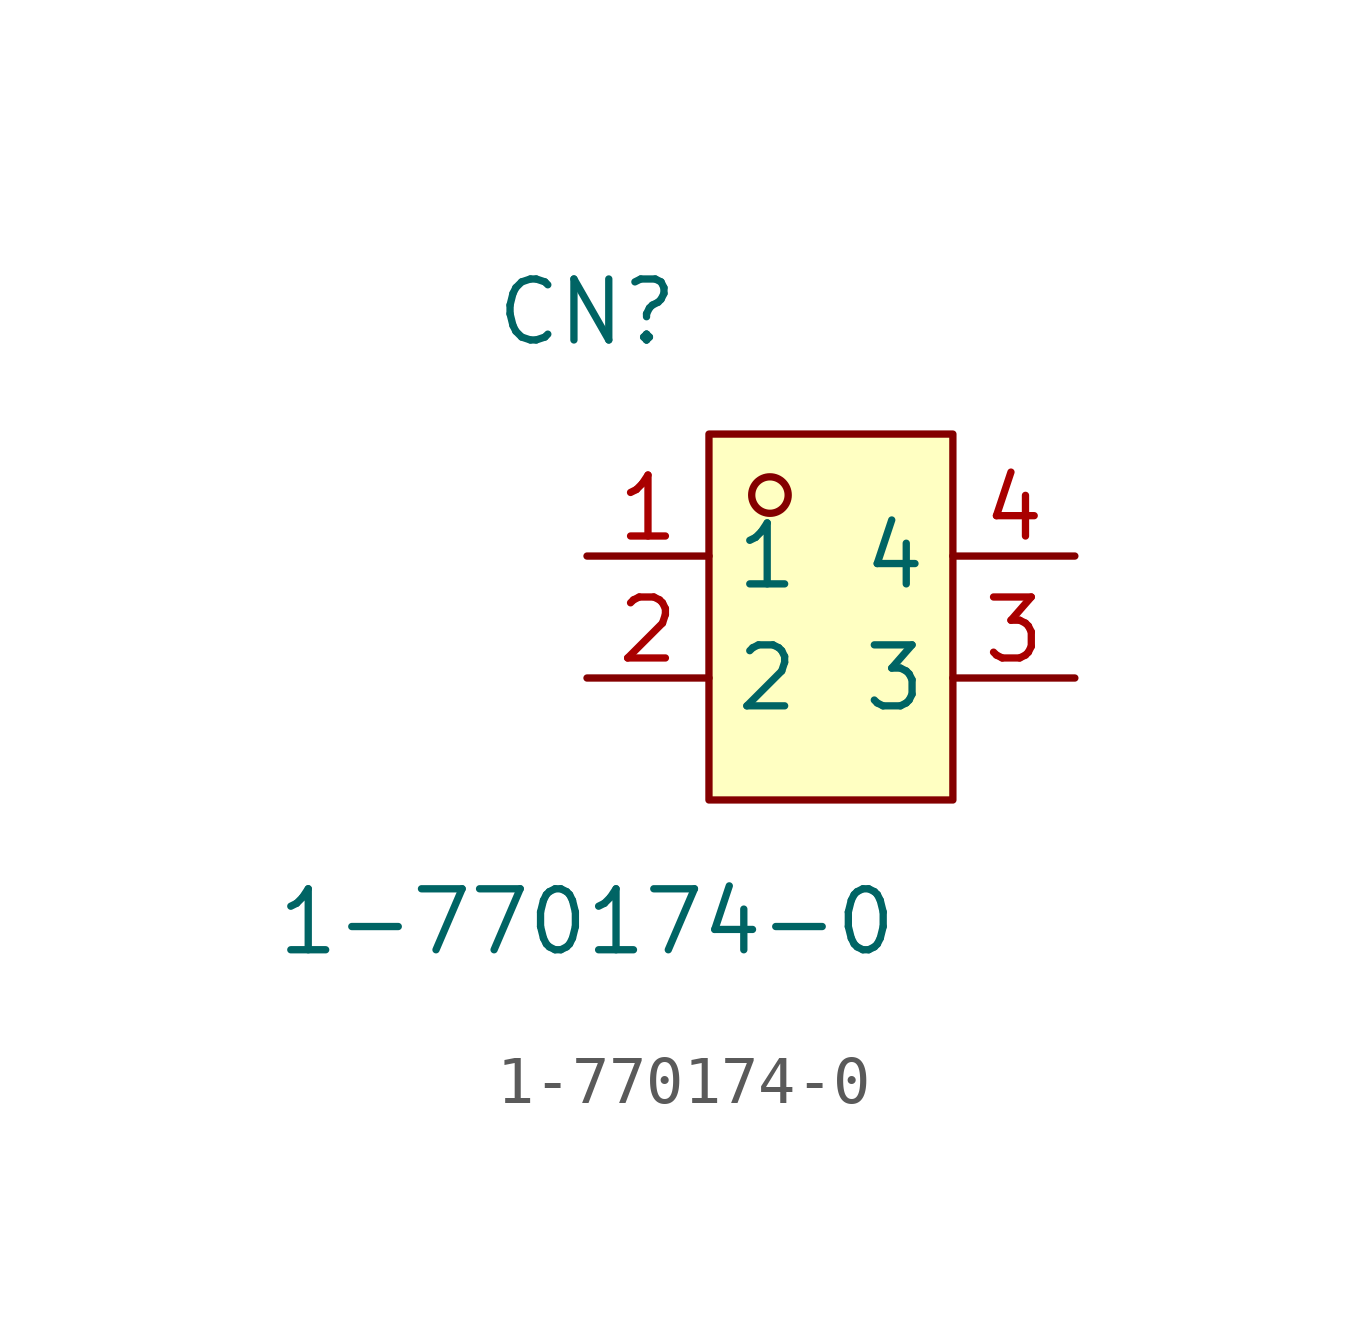
<source format=kicad_sym>
(kicad_symbol_lib
  (version 20211014)
  (generator https://github.com/uPesy/easyeda2kicad.py)
  (symbol "1-770174-0"
    (property "Reference" "CN"
      (at 0 2.54 0)
      (effects (font (size 1.27 1.27))))
    (property "Value" "1-770174-0"
      (at 0 -10.16 0)
      (effects (font (size 1.27 1.27))))
    (symbol "1-770174-0_0_1"
      (rectangle (start 2.54 -0.00) (end 7.62 -7.62) (stroke (width 0) (type default) (color 0 0 0 0)) (fill (type background)))
      (circle (center 3.81 -1.27) (radius 0.38) (stroke (width 0) (type default) (color 0 0 0 0)) (fill (type none)))
      (pin unspecified line (at 0.00 -2.54 0) (length 2.54) (name "1" (effects (font (size 1.27 1.27)))) (number "1" (effects (font (size 1.27 1.27)))))
      (pin unspecified line (at 0.00 -5.08 0) (length 2.54) (name "2" (effects (font (size 1.27 1.27)))) (number "2" (effects (font (size 1.27 1.27)))))
      (pin unspecified line (at 10.16 -5.08 180) (length 2.54) (name "3" (effects (font (size 1.27 1.27)))) (number "3" (effects (font (size 1.27 1.27)))))
      (pin unspecified line (at 10.16 -2.54 180) (length 2.54) (name "4" (effects (font (size 1.27 1.27)))) (number "4" (effects (font (size 1.27 1.27))))))))
</source>
